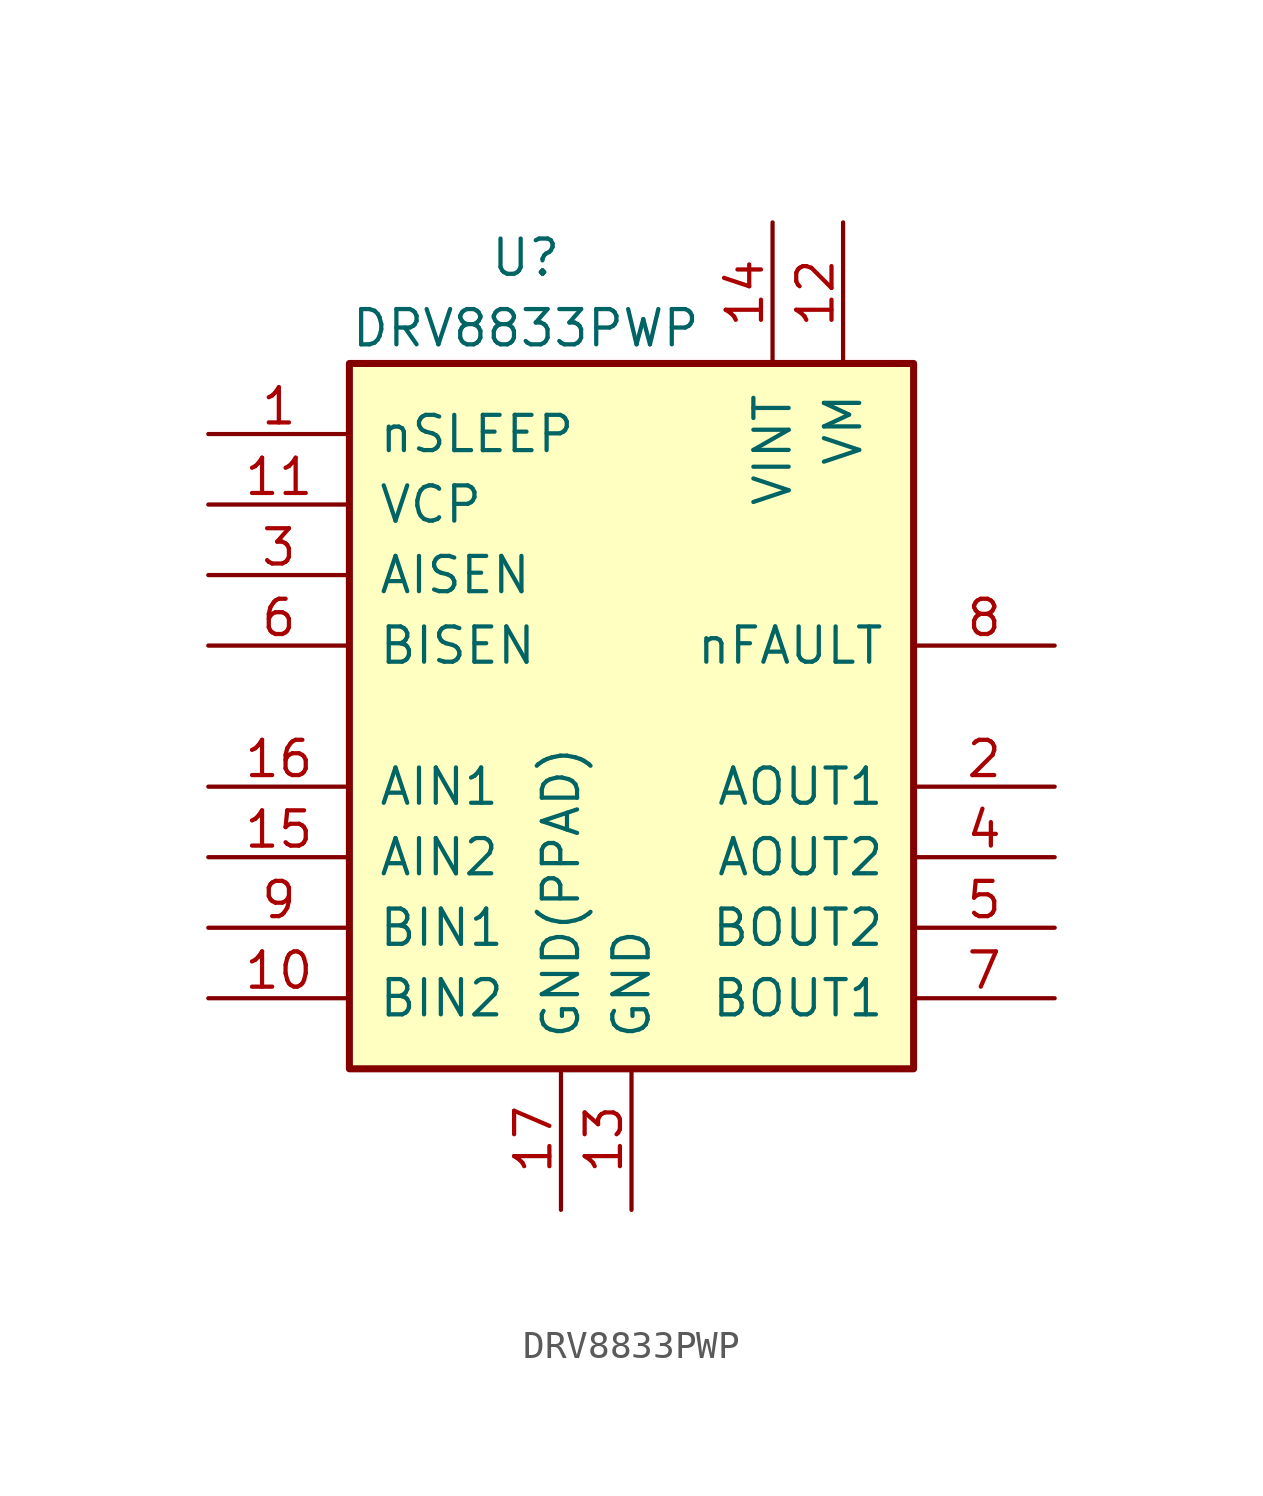
<source format=kicad_sym>
(kicad_symbol_lib
  (version 20211014)
  (generator kicad_symbol_editor)
  (symbol "DRV8833PWP"
    (pin_names
      (offset 1.016))
    (property "Reference" "U"
      (at -3.81 16.51 0)
      (effects (font (size 1.27 1.27))))
    (property "Value" "DRV8833PWP"
      (at -3.81 13.97 0)
      (effects (font (size 1.27 1.27))))
    (symbol "DRV8833PWP_0_1"
      (rectangle (start -10.16 12.7) (end 10.16 -12.7) (stroke (width 0.254) (type default) (color 0 0 0 0)) (fill (type background))))
    (symbol "DRV8833PWP_1_1"
      (pin input line (at -15.24 10.16 0) (length 5.08) (name "nSLEEP" (effects (font (size 1.27 1.27)))) (number "1" (effects (font (size 1.27 1.27)))))
      (pin input line (at -15.24 -10.16 0) (length 5.08) (name "BIN2" (effects (font (size 1.27 1.27)))) (number "10" (effects (font (size 1.27 1.27)))))
      (pin bidirectional line (at -15.24 7.62 0) (length 5.08) (name "VCP" (effects (font (size 1.27 1.27)))) (number "11" (effects (font (size 1.27 1.27)))))
      (pin power_in line (at 7.62 17.78 270) (length 5.08) (name "VM" (effects (font (size 1.27 1.27)))) (number "12" (effects (font (size 1.27 1.27)))))
      (pin power_in line (at 0 -17.78 90) (length 5.08) (name "GND" (effects (font (size 1.27 1.27)))) (number "13" (effects (font (size 1.27 1.27)))))
      (pin input line (at 5.08 17.78 270) (length 5.08) (name "VINT" (effects (font (size 1.27 1.27)))) (number "14" (effects (font (size 1.27 1.27)))))
      (pin input line (at -15.24 -5.08 0) (length 5.08) (name "AIN2" (effects (font (size 1.27 1.27)))) (number "15" (effects (font (size 1.27 1.27)))))
      (pin input line (at -15.24 -2.54 0) (length 5.08) (name "AIN1" (effects (font (size 1.27 1.27)))) (number "16" (effects (font (size 1.27 1.27)))))
      (pin power_in line (at -2.54 -17.78 90) (length 5.08) (name "GND(PPAD)" (effects (font (size 1.27 1.27)))) (number "17" (effects (font (size 1.27 1.27)))))
      (pin power_out line (at 15.24 -2.54 180) (length 5.08) (name "AOUT1" (effects (font (size 1.27 1.27)))) (number "2" (effects (font (size 1.27 1.27)))))
      (pin input line (at -15.24 5.08 0) (length 5.08) (name "AISEN" (effects (font (size 1.27 1.27)))) (number "3" (effects (font (size 1.27 1.27)))))
      (pin power_out line (at 15.24 -5.08 180) (length 5.08) (name "AOUT2" (effects (font (size 1.27 1.27)))) (number "4" (effects (font (size 1.27 1.27)))))
      (pin power_out line (at 15.24 -7.62 180) (length 5.08) (name "BOUT2" (effects (font (size 1.27 1.27)))) (number "5" (effects (font (size 1.27 1.27)))))
      (pin input line (at -15.24 2.54 0) (length 5.08) (name "BISEN" (effects (font (size 1.27 1.27)))) (number "6" (effects (font (size 1.27 1.27)))))
      (pin power_out line (at 15.24 -10.16 180) (length 5.08) (name "BOUT1" (effects (font (size 1.27 1.27)))) (number "7" (effects (font (size 1.27 1.27)))))
      (pin open_collector line (at 15.24 2.54 180) (length 5.08) (name "nFAULT" (effects (font (size 1.27 1.27)))) (number "8" (effects (font (size 1.27 1.27)))))
      (pin input line (at -15.24 -7.62 0) (length 5.08) (name "BIN1" (effects (font (size 1.27 1.27)))) (number "9" (effects (font (size 1.27 1.27))))))))
</source>
